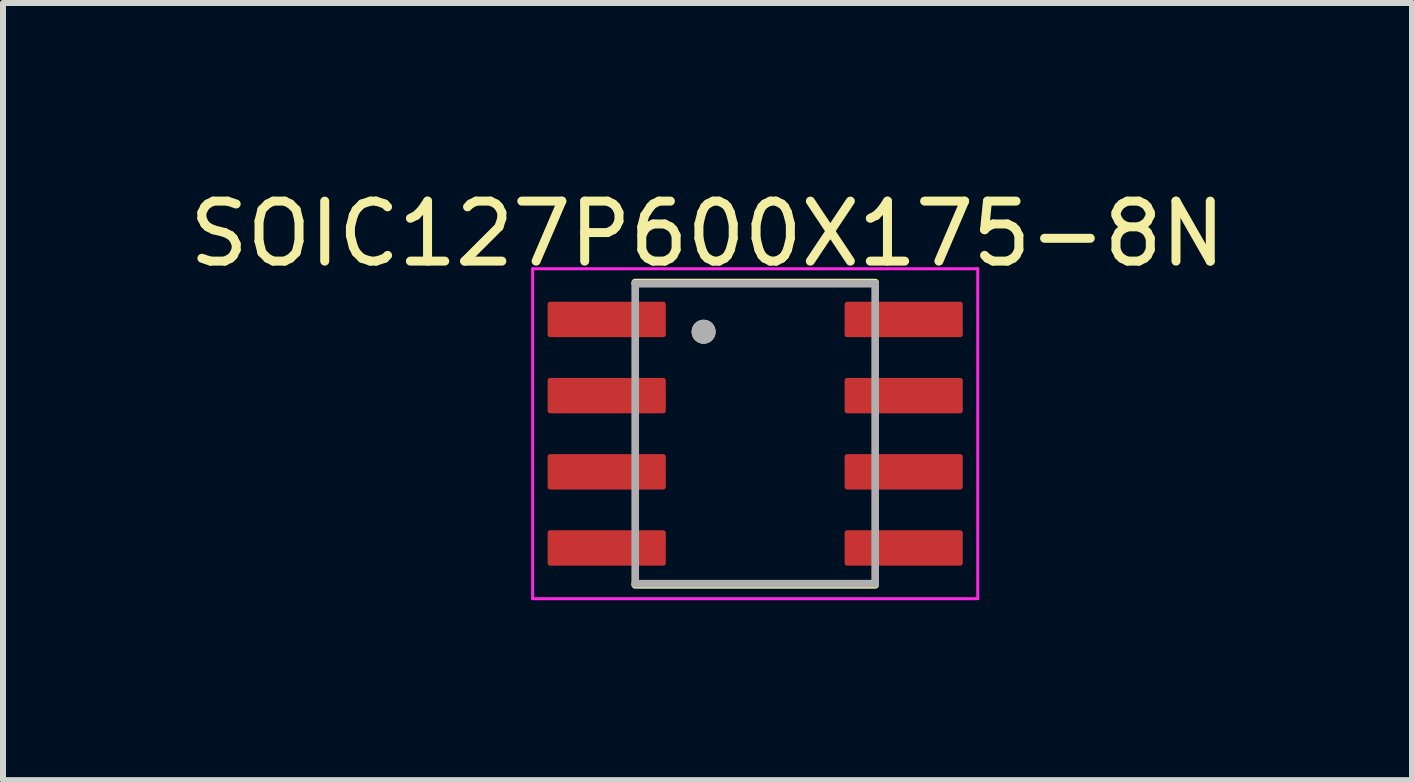
<source format=kicad_pcb>
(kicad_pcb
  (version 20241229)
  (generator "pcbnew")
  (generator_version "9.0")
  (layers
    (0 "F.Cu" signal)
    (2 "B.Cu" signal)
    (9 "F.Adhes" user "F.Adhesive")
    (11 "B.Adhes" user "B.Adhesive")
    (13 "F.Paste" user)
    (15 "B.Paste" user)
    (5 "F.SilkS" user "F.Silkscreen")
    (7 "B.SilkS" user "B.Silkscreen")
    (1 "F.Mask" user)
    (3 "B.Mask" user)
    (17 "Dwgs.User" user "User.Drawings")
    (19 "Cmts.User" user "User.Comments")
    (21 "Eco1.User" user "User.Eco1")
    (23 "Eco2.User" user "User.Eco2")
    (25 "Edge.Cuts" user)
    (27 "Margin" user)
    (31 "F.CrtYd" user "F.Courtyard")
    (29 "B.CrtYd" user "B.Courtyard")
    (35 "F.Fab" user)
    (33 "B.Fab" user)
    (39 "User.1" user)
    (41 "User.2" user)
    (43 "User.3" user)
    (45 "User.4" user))
  (footprint "SOIC127P600X175-8N"
    (layer "F.Cu")
    (at 9.539 4.18)
    (property "Reference" "SOIC127P600X175-8N" (at -0.795 -3.332 0) (layer "F.SilkS") (effects (font (size 1 1) (thickness 0.15))))
    (attr smd)
    (fp_line (start -2 -2.52) (end 2 -2.52) (stroke (width 0.127) (type solid)) (layer "F.SilkS"))
    (fp_line (start -2 2.52) (end 2 2.52) (stroke (width 0.127) (type solid)) (layer "F.SilkS"))
    (fp_circle (center -0.86 -1.7) (end -0.76 -1.7) (stroke (width 0.2) (type solid)) (fill no) (layer "F.SilkS"))
    (fp_line (start -3.71 -2.75) (end -3.71 2.75) (stroke (width 0.05) (type solid)) (layer "F.CrtYd"))
    (fp_line (start -3.71 -2.75) (end 3.71 -2.75) (stroke (width 0.05) (type solid)) (layer "F.CrtYd"))
    (fp_line (start -3.71 2.75) (end 3.71 2.75) (stroke (width 0.05) (type solid)) (layer "F.CrtYd"))
    (fp_line (start 3.71 -2.75) (end 3.71 2.75) (stroke (width 0.05) (type solid)) (layer "F.CrtYd"))
    (fp_line (start -2 -2.5) (end -2 2.5) (stroke (width 0.127) (type solid)) (layer "F.Fab"))
    (fp_line (start -2 -2.5) (end 2 -2.5) (stroke (width 0.127) (type solid)) (layer "F.Fab"))
    (fp_line (start -2 2.5) (end 2 2.5) (stroke (width 0.127) (type solid)) (layer "F.Fab"))
    (fp_line (start 2 -2.5) (end 2 2.5) (stroke (width 0.127) (type solid)) (layer "F.Fab"))
    (fp_circle (center -0.86 -1.7) (end -0.76 -1.7) (stroke (width 0.2) (type solid)) (fill no) (layer "F.Fab"))
    (pad "1" smd roundrect (at -2.475 -1.905) (size 1.97 0.59) (layers "F.Cu" "F.Mask" "F.Paste") (roundrect_rratio 0.07))
    (pad "2" smd roundrect (at -2.475 -0.635) (size 1.97 0.59) (layers "F.Cu" "F.Mask" "F.Paste") (roundrect_rratio 0.07))
    (pad "3" smd roundrect (at -2.475 0.635) (size 1.97 0.59) (layers "F.Cu" "F.Mask" "F.Paste") (roundrect_rratio 0.07))
    (pad "4" smd roundrect (at -2.475 1.905) (size 1.97 0.59) (layers "F.Cu" "F.Mask" "F.Paste") (roundrect_rratio 0.07))
    (pad "5" smd roundrect (at 2.475 1.905) (size 1.97 0.59) (layers "F.Cu" "F.Mask" "F.Paste") (roundrect_rratio 0.07))
    (pad "6" smd roundrect (at 2.475 0.635) (size 1.97 0.59) (layers "F.Cu" "F.Mask" "F.Paste") (roundrect_rratio 0.07))
    (pad "7" smd roundrect (at 2.475 -0.635) (size 1.97 0.59) (layers "F.Cu" "F.Mask" "F.Paste") (roundrect_rratio 0.07))
    (pad "8" smd roundrect (at 2.475 -1.905) (size 1.97 0.59) (layers "F.Cu" "F.Mask" "F.Paste") (roundrect_rratio 0.07)))
  (gr_rect
    (start -3 -3)
    (end 20.488 9.955)
    (stroke (width 0.1) (type default))
    (fill no)
    (layer "Edge.Cuts")))
</source>
